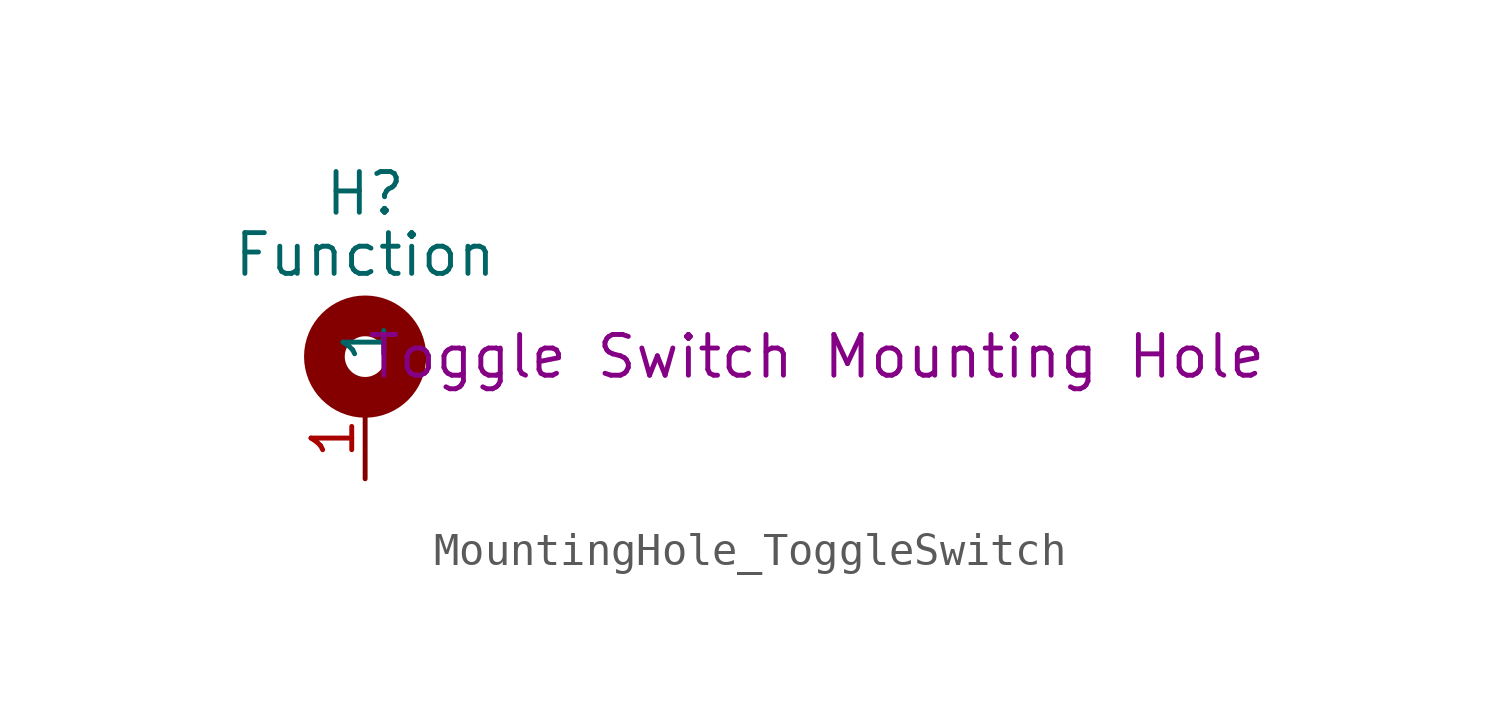
<source format=kicad_sym>
(kicad_symbol_lib
  (version 20231120)
  (generator "kicad_symbol_editor")
  (generator_version "8.0")
  (symbol "MountingHole_ToggleSwitch"
    (pin_names
      (offset 1.016))
    (property "Reference" "H"
      (at 0 5.08 0)
      (effects (font (size 1.27 1.27))))
    (property "Value" "Function"
      (at 0 3.175 0)
      (effects (font (size 1.27 1.27))))
    (property "Description" "Toggle Switch Mounting Hole"
      (at 0 0 0)
      (effects (font (size 1.27 1.27)) (justify left)))
    (symbol "MountingHole_ToggleSwitch_0_1"
      (circle (center 0 0) (radius 1.27) (stroke (width 1.27) (type default)) (fill (type none))))
    (symbol "MountingHole_ToggleSwitch_1_1"
      (pin input line (at 0 -3.81 90) (length 2.54) (name "1" (effects (font (size 1.27 1.27)))) (number "1" (effects (font (size 1.27 1.27))))))))
</source>
